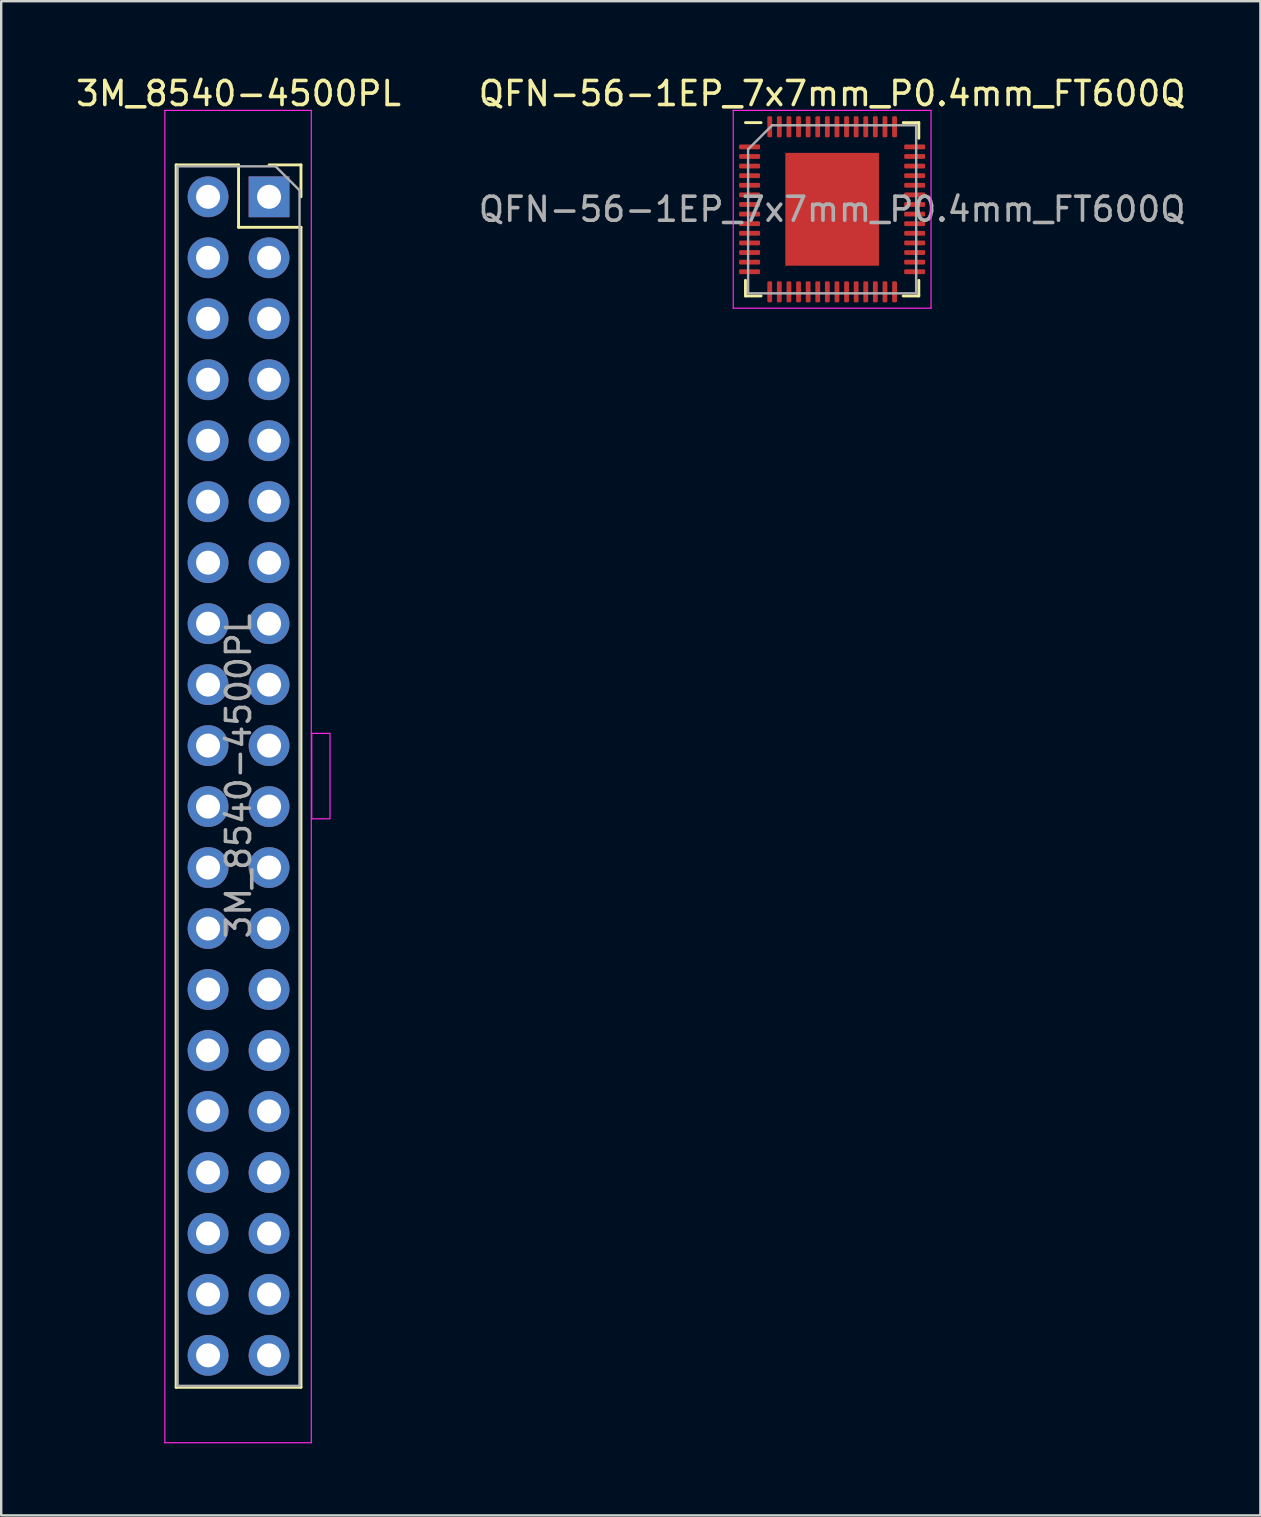
<source format=kicad_pcb>
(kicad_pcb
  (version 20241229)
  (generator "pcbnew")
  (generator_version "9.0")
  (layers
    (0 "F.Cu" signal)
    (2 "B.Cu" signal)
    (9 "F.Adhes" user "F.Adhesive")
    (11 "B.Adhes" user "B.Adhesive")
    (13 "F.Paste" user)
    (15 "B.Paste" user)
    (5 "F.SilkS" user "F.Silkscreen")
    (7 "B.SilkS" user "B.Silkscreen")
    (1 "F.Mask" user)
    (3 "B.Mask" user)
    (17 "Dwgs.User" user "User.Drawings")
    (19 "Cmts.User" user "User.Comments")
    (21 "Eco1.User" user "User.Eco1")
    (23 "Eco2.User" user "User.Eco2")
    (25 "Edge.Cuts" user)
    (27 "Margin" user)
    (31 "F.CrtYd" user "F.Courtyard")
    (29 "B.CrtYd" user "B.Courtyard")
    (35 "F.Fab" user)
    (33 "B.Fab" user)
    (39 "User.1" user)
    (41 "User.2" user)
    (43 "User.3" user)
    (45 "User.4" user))
  (footprint "QFN-56-1EP_7x7mm_P0.4mm_FT600Q"
    (layer "F.Cu")
    (at 31.613 5.668)
    (property "Reference" "QFN-56-1EP_7x7mm_P0.4mm_FT600Q" (at 0 -4.82 0) (layer "F.SilkS") (effects (font (size 1 1) (thickness 0.15))))
    (attr smd)
    (fp_line (start -3.61 3.61) (end -3.61 2.96) (stroke (width 0.12) (type solid)) (layer "F.SilkS"))
    (fp_line (start -2.96 -3.61) (end -3.61 -3.61) (stroke (width 0.12) (type solid)) (layer "F.SilkS"))
    (fp_line (start -2.96 3.61) (end -3.61 3.61) (stroke (width 0.12) (type solid)) (layer "F.SilkS"))
    (fp_line (start 2.96 -3.61) (end 3.61 -3.61) (stroke (width 0.12) (type solid)) (layer "F.SilkS"))
    (fp_line (start 2.96 3.61) (end 3.61 3.61) (stroke (width 0.12) (type solid)) (layer "F.SilkS"))
    (fp_line (start 3.61 -3.61) (end 3.61 -2.96) (stroke (width 0.12) (type solid)) (layer "F.SilkS"))
    (fp_line (start 3.61 3.61) (end 3.61 2.96) (stroke (width 0.12) (type solid)) (layer "F.SilkS"))
    (fp_line (start -4.12 -4.12) (end -4.12 4.12) (stroke (width 0.05) (type solid)) (layer "F.CrtYd"))
    (fp_line (start -4.12 4.12) (end 4.12 4.12) (stroke (width 0.05) (type solid)) (layer "F.CrtYd"))
    (fp_line (start 4.12 -4.12) (end -4.12 -4.12) (stroke (width 0.05) (type solid)) (layer "F.CrtYd"))
    (fp_line (start 4.12 4.12) (end 4.12 -4.12) (stroke (width 0.05) (type solid)) (layer "F.CrtYd"))
    (fp_line (start -3.5 -2.5) (end -2.5 -3.5) (stroke (width 0.1) (type solid)) (layer "F.Fab"))
    (fp_line (start -3.5 3.5) (end -3.5 -2.5) (stroke (width 0.1) (type solid)) (layer "F.Fab"))
    (fp_line (start -2.5 -3.5) (end 3.5 -3.5) (stroke (width 0.1) (type solid)) (layer "F.Fab"))
    (fp_line (start 3.5 -3.5) (end 3.5 3.5) (stroke (width 0.1) (type solid)) (layer "F.Fab"))
    (fp_line (start 3.5 3.5) (end -3.5 3.5) (stroke (width 0.1) (type solid)) (layer "F.Fab"))
    (fp_text user "${REFERENCE}" (at 0 0 0) (layer "F.Fab") (effects (font (size 1 1) (thickness 0.15))))
    (pad "" smd roundrect (at -1.25 -1.525) (size 1.1 1.4) (layers "F.Paste") (roundrect_rratio 0.221))
    (pad "" smd roundrect (at -1.25 0.005) (size 1.1 1.4) (layers "F.Paste") (roundrect_rratio 0.221))
    (pad "" smd roundrect (at -1.25 1.53) (size 1.1 1.4) (layers "F.Paste") (roundrect_rratio 0.221))
    (pad "" smd roundrect (at 0 -1.53) (size 1.1 1.39) (layers "F.Paste") (roundrect_rratio 0.221))
    (pad "" smd roundrect (at 0 0) (size 1.1 1.39) (layers "F.Paste") (roundrect_rratio 0.221))
    (pad "" smd roundrect (at 0 1.525) (size 1.1 1.39) (layers "F.Paste") (roundrect_rratio 0.221))
    (pad "" smd roundrect (at 1.25 -1.53) (size 1.1 1.39) (layers "F.Paste") (roundrect_rratio 0.221))
    (pad "" smd roundrect (at 1.25 0) (size 1.1 1.39) (layers "F.Paste") (roundrect_rratio 0.221))
    (pad "" smd roundrect (at 1.25 1.525) (size 1.1 1.39) (layers "F.Paste") (roundrect_rratio 0.221))
    (pad "1" smd roundrect (at -3.438 -2.6) (size 0.875 0.2) (layers "F.Cu" "F.Mask" "F.Paste") (roundrect_rratio 0.25))
    (pad "2" smd roundrect (at -3.438 -2.2) (size 0.875 0.2) (layers "F.Cu" "F.Mask" "F.Paste") (roundrect_rratio 0.25))
    (pad "3" smd roundrect (at -3.438 -1.8) (size 0.875 0.2) (layers "F.Cu" "F.Mask" "F.Paste") (roundrect_rratio 0.25))
    (pad "4" smd roundrect (at -3.438 -1.4) (size 0.875 0.2) (layers "F.Cu" "F.Mask" "F.Paste") (roundrect_rratio 0.25))
    (pad "5" smd roundrect (at -3.438 -1) (size 0.875 0.2) (layers "F.Cu" "F.Mask" "F.Paste") (roundrect_rratio 0.25))
    (pad "6" smd roundrect (at -3.438 -0.6) (size 0.875 0.2) (layers "F.Cu" "F.Mask" "F.Paste") (roundrect_rratio 0.25))
    (pad "7" smd roundrect (at -3.438 -0.2) (size 0.875 0.2) (layers "F.Cu" "F.Mask" "F.Paste") (roundrect_rratio 0.25))
    (pad "8" smd roundrect (at -3.438 0.2) (size 0.875 0.2) (layers "F.Cu" "F.Mask" "F.Paste") (roundrect_rratio 0.25))
    (pad "9" smd roundrect (at -3.438 0.6) (size 0.875 0.2) (layers "F.Cu" "F.Mask" "F.Paste") (roundrect_rratio 0.25))
    (pad "10" smd roundrect (at -3.438 1) (size 0.875 0.2) (layers "F.Cu" "F.Mask" "F.Paste") (roundrect_rratio 0.25))
    (pad "11" smd roundrect (at -3.438 1.4) (size 0.875 0.2) (layers "F.Cu" "F.Mask" "F.Paste") (roundrect_rratio 0.25))
    (pad "12" smd roundrect (at -3.438 1.8) (size 0.875 0.2) (layers "F.Cu" "F.Mask" "F.Paste") (roundrect_rratio 0.25))
    (pad "13" smd roundrect (at -3.438 2.2) (size 0.875 0.2) (layers "F.Cu" "F.Mask" "F.Paste") (roundrect_rratio 0.25))
    (pad "14" smd roundrect (at -3.438 2.6) (size 0.875 0.2) (layers "F.Cu" "F.Mask" "F.Paste") (roundrect_rratio 0.25))
    (pad "15" smd roundrect (at -2.6 3.438) (size 0.2 0.875) (layers "F.Cu" "F.Mask" "F.Paste") (roundrect_rratio 0.25))
    (pad "16" smd roundrect (at -2.2 3.438) (size 0.2 0.875) (layers "F.Cu" "F.Mask" "F.Paste") (roundrect_rratio 0.25))
    (pad "17" smd roundrect (at -1.8 3.438) (size 0.2 0.875) (layers "F.Cu" "F.Mask" "F.Paste") (roundrect_rratio 0.25))
    (pad "18" smd roundrect (at -1.4 3.438) (size 0.2 0.875) (layers "F.Cu" "F.Mask" "F.Paste") (roundrect_rratio 0.25))
    (pad "19" smd roundrect (at -1 3.438) (size 0.2 0.875) (layers "F.Cu" "F.Mask" "F.Paste") (roundrect_rratio 0.25))
    (pad "20" smd roundrect (at -0.6 3.438) (size 0.2 0.875) (layers "F.Cu" "F.Mask" "F.Paste") (roundrect_rratio 0.25))
    (pad "21" smd roundrect (at -0.2 3.438) (size 0.2 0.875) (layers "F.Cu" "F.Mask" "F.Paste") (roundrect_rratio 0.25))
    (pad "22" smd roundrect (at 0.2 3.438) (size 0.2 0.875) (layers "F.Cu" "F.Mask" "F.Paste") (roundrect_rratio 0.25))
    (pad "23" smd roundrect (at 0.6 3.438) (size 0.2 0.875) (layers "F.Cu" "F.Mask" "F.Paste") (roundrect_rratio 0.25))
    (pad "24" smd roundrect (at 1 3.438) (size 0.2 0.875) (layers "F.Cu" "F.Mask" "F.Paste") (roundrect_rratio 0.25))
    (pad "25" smd roundrect (at 1.4 3.438) (size 0.2 0.875) (layers "F.Cu" "F.Mask" "F.Paste") (roundrect_rratio 0.25))
    (pad "26" smd roundrect (at 1.8 3.438) (size 0.2 0.875) (layers "F.Cu" "F.Mask" "F.Paste") (roundrect_rratio 0.25))
    (pad "27" smd roundrect (at 2.2 3.438) (size 0.2 0.875) (layers "F.Cu" "F.Mask" "F.Paste") (roundrect_rratio 0.25))
    (pad "28" smd roundrect (at 2.6 3.438) (size 0.2 0.875) (layers "F.Cu" "F.Mask" "F.Paste") (roundrect_rratio 0.25))
    (pad "29" smd roundrect (at 3.438 2.6) (size 0.875 0.2) (layers "F.Cu" "F.Mask" "F.Paste") (roundrect_rratio 0.25))
    (pad "30" smd roundrect (at 3.438 2.2) (size 0.875 0.2) (layers "F.Cu" "F.Mask" "F.Paste") (roundrect_rratio 0.25))
    (pad "31" smd roundrect (at 3.438 1.8) (size 0.875 0.2) (layers "F.Cu" "F.Mask" "F.Paste") (roundrect_rratio 0.25))
    (pad "32" smd roundrect (at 3.438 1.4) (size 0.875 0.2) (layers "F.Cu" "F.Mask" "F.Paste") (roundrect_rratio 0.25))
    (pad "33" smd roundrect (at 3.438 1) (size 0.875 0.2) (layers "F.Cu" "F.Mask" "F.Paste") (roundrect_rratio 0.25))
    (pad "34" smd roundrect (at 3.438 0.6) (size 0.875 0.2) (layers "F.Cu" "F.Mask" "F.Paste") (roundrect_rratio 0.25))
    (pad "35" smd roundrect (at 3.438 0.2) (size 0.875 0.2) (layers "F.Cu" "F.Mask" "F.Paste") (roundrect_rratio 0.25))
    (pad "36" smd roundrect (at 3.438 -0.2) (size 0.875 0.2) (layers "F.Cu" "F.Mask" "F.Paste") (roundrect_rratio 0.25))
    (pad "37" smd roundrect (at 3.438 -0.6) (size 0.875 0.2) (layers "F.Cu" "F.Mask" "F.Paste") (roundrect_rratio 0.25))
    (pad "38" smd roundrect (at 3.438 -1) (size 0.875 0.2) (layers "F.Cu" "F.Mask" "F.Paste") (roundrect_rratio 0.25))
    (pad "39" smd roundrect (at 3.438 -1.4) (size 0.875 0.2) (layers "F.Cu" "F.Mask" "F.Paste") (roundrect_rratio 0.25))
    (pad "40" smd roundrect (at 3.438 -1.8) (size 0.875 0.2) (layers "F.Cu" "F.Mask" "F.Paste") (roundrect_rratio 0.25))
    (pad "41" smd roundrect (at 3.438 -2.2) (size 0.875 0.2) (layers "F.Cu" "F.Mask" "F.Paste") (roundrect_rratio 0.25))
    (pad "42" smd roundrect (at 3.438 -2.6) (size 0.875 0.2) (layers "F.Cu" "F.Mask" "F.Paste") (roundrect_rratio 0.25))
    (pad "43" smd roundrect (at 2.6 -3.438) (size 0.2 0.875) (layers "F.Cu" "F.Mask" "F.Paste") (roundrect_rratio 0.25))
    (pad "44" smd roundrect (at 2.2 -3.438) (size 0.2 0.875) (layers "F.Cu" "F.Mask" "F.Paste") (roundrect_rratio 0.25))
    (pad "45" smd roundrect (at 1.8 -3.438) (size 0.2 0.875) (layers "F.Cu" "F.Mask" "F.Paste") (roundrect_rratio 0.25))
    (pad "46" smd roundrect (at 1.4 -3.438) (size 0.2 0.875) (layers "F.Cu" "F.Mask" "F.Paste") (roundrect_rratio 0.25))
    (pad "47" smd roundrect (at 1 -3.438) (size 0.2 0.875) (layers "F.Cu" "F.Mask" "F.Paste") (roundrect_rratio 0.25))
    (pad "48" smd roundrect (at 0.6 -3.438) (size 0.2 0.875) (layers "F.Cu" "F.Mask" "F.Paste") (roundrect_rratio 0.25))
    (pad "49" smd roundrect (at 0.2 -3.438) (size 0.2 0.875) (layers "F.Cu" "F.Mask" "F.Paste") (roundrect_rratio 0.25))
    (pad "50" smd roundrect (at -0.2 -3.438) (size 0.2 0.875) (layers "F.Cu" "F.Mask" "F.Paste") (roundrect_rratio 0.25))
    (pad "51" smd roundrect (at -0.6 -3.438) (size 0.2 0.875) (layers "F.Cu" "F.Mask" "F.Paste") (roundrect_rratio 0.25))
    (pad "52" smd roundrect (at -1 -3.438) (size 0.2 0.875) (layers "F.Cu" "F.Mask" "F.Paste") (roundrect_rratio 0.25))
    (pad "53" smd roundrect (at -1.4 -3.438) (size 0.2 0.875) (layers "F.Cu" "F.Mask" "F.Paste") (roundrect_rratio 0.25))
    (pad "54" smd roundrect (at -1.8 -3.438) (size 0.2 0.875) (layers "F.Cu" "F.Mask" "F.Paste") (roundrect_rratio 0.25))
    (pad "55" smd roundrect (at -2.2 -3.438) (size 0.2 0.875) (layers "F.Cu" "F.Mask" "F.Paste") (roundrect_rratio 0.25))
    (pad "56" smd roundrect (at -2.6 -3.438) (size 0.2 0.875) (layers "F.Cu" "F.Mask" "F.Paste") (roundrect_rratio 0.25))
    (pad "57" smd rect (at 0 0) (size 3.9 4.7) (layers "F.Cu" "F.Mask")))
  (footprint "3M_8540-4500PL"
    (layer "F.Cu")
    (at 8.157 5.148)
    (property "Reference" "3M_8540-4500PL" (at -1.27 -4.3 0) (layer "F.SilkS") (effects (font (size 1 1) (thickness 0.15))))
    (attr through_hole)
    (fp_line (start -3.87 -1.33) (end -3.87 49.59) (stroke (width 0.12) (type solid)) (layer "F.SilkS"))
    (fp_line (start -3.87 -1.33) (end -1.27 -1.33) (stroke (width 0.12) (type solid)) (layer "F.SilkS"))
    (fp_line (start -3.87 49.59) (end 1.33 49.59) (stroke (width 0.12) (type solid)) (layer "F.SilkS"))
    (fp_line (start -1.27 -1.33) (end -1.27 1.27) (stroke (width 0.12) (type solid)) (layer "F.SilkS"))
    (fp_line (start -1.27 1.27) (end 1.33 1.27) (stroke (width 0.12) (type solid)) (layer "F.SilkS"))
    (fp_line (start 0 -1.33) (end 1.33 -1.33) (stroke (width 0.12) (type solid)) (layer "F.SilkS"))
    (fp_line (start 1.33 -1.33) (end 1.33 0) (stroke (width 0.12) (type solid)) (layer "F.SilkS"))
    (fp_line (start 1.33 1.27) (end 1.33 49.59) (stroke (width 0.12) (type solid)) (layer "F.SilkS"))
    (fp_line (start -4.34 -3.6) (end 1.76 -3.6) (stroke (width 0.05) (type solid)) (layer "F.CrtYd"))
    (fp_line (start -4.34 51.9) (end -4.34 -3.6) (stroke (width 0.05) (type solid)) (layer "F.CrtYd"))
    (fp_line (start 1.76 -3.6) (end 1.76 51.9) (stroke (width 0.05) (type solid)) (layer "F.CrtYd"))
    (fp_line (start 1.76 51.9) (end -4.34 51.9) (stroke (width 0.05) (type solid)) (layer "F.CrtYd"))
    (fp_rect (start 1.778 22.352) (end 2.54 25.908) (stroke (width 0.05) (type solid)) (fill no) (layer "F.CrtYd"))
    (fp_line (start -3.81 -1.27) (end 0.27 -1.27) (stroke (width 0.1) (type solid)) (layer "F.Fab"))
    (fp_line (start -3.81 49.53) (end -3.81 -1.27) (stroke (width 0.1) (type solid)) (layer "F.Fab"))
    (fp_line (start 0.27 -1.27) (end 1.27 -0.27) (stroke (width 0.1) (type solid)) (layer "F.Fab"))
    (fp_line (start 1.27 -0.27) (end 1.27 49.53) (stroke (width 0.1) (type solid)) (layer "F.Fab"))
    (fp_line (start 1.27 49.53) (end -3.81 49.53) (stroke (width 0.1) (type solid)) (layer "F.Fab"))
    (fp_text user "${REFERENCE}" (at -1.27 24.13 90) (layer "F.Fab") (effects (font (size 1 1) (thickness 0.15))))
    (pad "1" thru_hole rect (at 0 0) (size 1.7 1.7) (drill 1) (layers "*.Cu" "*.Mask"))
    (pad "2" thru_hole oval (at -2.54 0) (size 1.7 1.7) (drill 1) (layers "*.Cu" "*.Mask"))
    (pad "3" thru_hole oval (at 0 2.54) (size 1.7 1.7) (drill 1) (layers "*.Cu" "*.Mask"))
    (pad "4" thru_hole oval (at -2.54 2.54) (size 1.7 1.7) (drill 1) (layers "*.Cu" "*.Mask"))
    (pad "5" thru_hole oval (at 0 5.08) (size 1.7 1.7) (drill 1) (layers "*.Cu" "*.Mask"))
    (pad "6" thru_hole oval (at -2.54 5.08) (size 1.7 1.7) (drill 1) (layers "*.Cu" "*.Mask"))
    (pad "7" thru_hole oval (at 0 7.62) (size 1.7 1.7) (drill 1) (layers "*.Cu" "*.Mask"))
    (pad "8" thru_hole oval (at -2.54 7.62) (size 1.7 1.7) (drill 1) (layers "*.Cu" "*.Mask"))
    (pad "9" thru_hole oval (at 0 10.16) (size 1.7 1.7) (drill 1) (layers "*.Cu" "*.Mask"))
    (pad "10" thru_hole oval (at -2.54 10.16) (size 1.7 1.7) (drill 1) (layers "*.Cu" "*.Mask"))
    (pad "11" thru_hole oval (at 0 12.7) (size 1.7 1.7) (drill 1) (layers "*.Cu" "*.Mask"))
    (pad "12" thru_hole oval (at -2.54 12.7) (size 1.7 1.7) (drill 1) (layers "*.Cu" "*.Mask"))
    (pad "13" thru_hole oval (at 0 15.24) (size 1.7 1.7) (drill 1) (layers "*.Cu" "*.Mask"))
    (pad "14" thru_hole oval (at -2.54 15.24) (size 1.7 1.7) (drill 1) (layers "*.Cu" "*.Mask"))
    (pad "15" thru_hole oval (at 0 17.78) (size 1.7 1.7) (drill 1) (layers "*.Cu" "*.Mask"))
    (pad "16" thru_hole oval (at -2.54 17.78) (size 1.7 1.7) (drill 1) (layers "*.Cu" "*.Mask"))
    (pad "17" thru_hole oval (at 0 20.32) (size 1.7 1.7) (drill 1) (layers "*.Cu" "*.Mask"))
    (pad "18" thru_hole oval (at -2.54 20.32) (size 1.7 1.7) (drill 1) (layers "*.Cu" "*.Mask"))
    (pad "19" thru_hole oval (at 0 22.86) (size 1.7 1.7) (drill 1) (layers "*.Cu" "*.Mask"))
    (pad "20" thru_hole oval (at -2.54 22.86) (size 1.7 1.7) (drill 1) (layers "*.Cu" "*.Mask"))
    (pad "21" thru_hole oval (at 0 25.4) (size 1.7 1.7) (drill 1) (layers "*.Cu" "*.Mask"))
    (pad "22" thru_hole oval (at -2.54 25.4) (size 1.7 1.7) (drill 1) (layers "*.Cu" "*.Mask"))
    (pad "23" thru_hole oval (at 0 27.94) (size 1.7 1.7) (drill 1) (layers "*.Cu" "*.Mask"))
    (pad "24" thru_hole oval (at -2.54 27.94) (size 1.7 1.7) (drill 1) (layers "*.Cu" "*.Mask"))
    (pad "25" thru_hole oval (at 0 30.48) (size 1.7 1.7) (drill 1) (layers "*.Cu" "*.Mask"))
    (pad "26" thru_hole oval (at -2.54 30.48) (size 1.7 1.7) (drill 1) (layers "*.Cu" "*.Mask"))
    (pad "27" thru_hole oval (at 0 33.02) (size 1.7 1.7) (drill 1) (layers "*.Cu" "*.Mask"))
    (pad "28" thru_hole oval (at -2.54 33.02) (size 1.7 1.7) (drill 1) (layers "*.Cu" "*.Mask"))
    (pad "29" thru_hole oval (at 0 35.56) (size 1.7 1.7) (drill 1) (layers "*.Cu" "*.Mask"))
    (pad "30" thru_hole oval (at -2.54 35.56) (size 1.7 1.7) (drill 1) (layers "*.Cu" "*.Mask"))
    (pad "31" thru_hole oval (at 0 38.1) (size 1.7 1.7) (drill 1) (layers "*.Cu" "*.Mask"))
    (pad "32" thru_hole oval (at -2.54 38.1) (size 1.7 1.7) (drill 1) (layers "*.Cu" "*.Mask"))
    (pad "33" thru_hole oval (at 0 40.64) (size 1.7 1.7) (drill 1) (layers "*.Cu" "*.Mask"))
    (pad "34" thru_hole oval (at -2.54 40.64) (size 1.7 1.7) (drill 1) (layers "*.Cu" "*.Mask"))
    (pad "35" thru_hole oval (at 0 43.18) (size 1.7 1.7) (drill 1) (layers "*.Cu" "*.Mask"))
    (pad "36" thru_hole oval (at -2.54 43.18) (size 1.7 1.7) (drill 1) (layers "*.Cu" "*.Mask"))
    (pad "37" thru_hole oval (at 0 45.72) (size 1.7 1.7) (drill 1) (layers "*.Cu" "*.Mask"))
    (pad "38" thru_hole oval (at -2.54 45.72) (size 1.7 1.7) (drill 1) (layers "*.Cu" "*.Mask"))
    (pad "39" thru_hole oval (at 0 48.26) (size 1.7 1.7) (drill 1) (layers "*.Cu" "*.Mask"))
    (pad "40" thru_hole oval (at -2.54 48.26) (size 1.7 1.7) (drill 1) (layers "*.Cu" "*.Mask")))
  (gr_rect
    (start -3 -3)
    (end 49.452 60.073)
    (stroke (width 0.1) (type default))
    (fill no)
    (layer "Edge.Cuts")))
</source>
